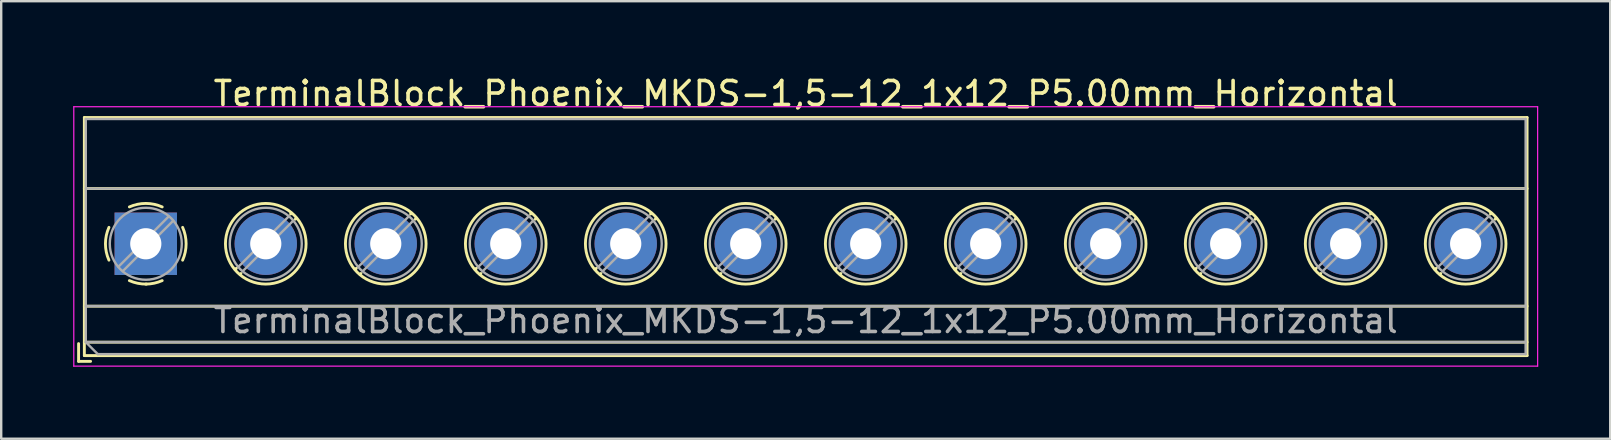
<source format=kicad_pcb>
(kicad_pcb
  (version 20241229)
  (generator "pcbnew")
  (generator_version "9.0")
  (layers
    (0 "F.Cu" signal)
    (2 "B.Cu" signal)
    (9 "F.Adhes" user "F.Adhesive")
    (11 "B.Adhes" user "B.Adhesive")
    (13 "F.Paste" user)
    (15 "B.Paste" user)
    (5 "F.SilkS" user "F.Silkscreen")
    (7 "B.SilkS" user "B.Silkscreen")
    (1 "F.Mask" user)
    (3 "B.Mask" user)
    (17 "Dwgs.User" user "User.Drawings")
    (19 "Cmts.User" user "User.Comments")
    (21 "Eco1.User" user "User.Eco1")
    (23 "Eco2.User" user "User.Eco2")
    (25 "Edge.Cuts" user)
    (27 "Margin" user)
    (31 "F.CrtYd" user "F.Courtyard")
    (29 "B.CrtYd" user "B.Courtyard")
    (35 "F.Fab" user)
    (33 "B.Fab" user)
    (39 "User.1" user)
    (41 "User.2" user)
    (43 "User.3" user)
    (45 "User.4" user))
  (footprint "TerminalBlock_Phoenix_MKDS-1,5-12_1x12_P5.00mm_Horizontal"
    (layer "F.Cu")
    (at 3.025 7.108)
    (property "Reference" "TerminalBlock_Phoenix_MKDS-1,5-12_1x12_P5.00mm_Horizontal" (at 27.5 -6.26 0) (layer "F.SilkS") (effects (font (size 1 1) (thickness 0.15))))
    (attr through_hole)
    (fp_line (start -2.8 4.16) (end -2.8 4.9) (stroke (width 0.12) (type solid)) (layer "F.SilkS"))
    (fp_line (start -2.8 4.9) (end -2.3 4.9) (stroke (width 0.12) (type solid)) (layer "F.SilkS"))
    (fp_line (start -2.56 -5.261) (end -2.56 4.66) (stroke (width 0.12) (type solid)) (layer "F.SilkS"))
    (fp_line (start -2.56 -5.261) (end 57.56 -5.261) (stroke (width 0.12) (type solid)) (layer "F.SilkS"))
    (fp_line (start -2.56 -2.301) (end 57.56 -2.301) (stroke (width 0.12) (type solid)) (layer "F.SilkS"))
    (fp_line (start -2.56 2.6) (end 57.56 2.6) (stroke (width 0.12) (type solid)) (layer "F.SilkS"))
    (fp_line (start -2.56 4.1) (end 57.56 4.1) (stroke (width 0.12) (type solid)) (layer "F.SilkS"))
    (fp_line (start -2.56 4.66) (end 57.56 4.66) (stroke (width 0.12) (type solid)) (layer "F.SilkS"))
    (fp_line (start 3.773 1.023) (end 3.726 1.069) (stroke (width 0.12) (type solid)) (layer "F.SilkS"))
    (fp_line (start 3.966 1.239) (end 3.931 1.274) (stroke (width 0.12) (type solid)) (layer "F.SilkS"))
    (fp_line (start 6.07 -1.275) (end 6.035 -1.239) (stroke (width 0.12) (type solid)) (layer "F.SilkS"))
    (fp_line (start 6.275 -1.069) (end 6.228 -1.023) (stroke (width 0.12) (type solid)) (layer "F.SilkS"))
    (fp_line (start 8.773 1.023) (end 8.726 1.069) (stroke (width 0.12) (type solid)) (layer "F.SilkS"))
    (fp_line (start 8.966 1.239) (end 8.931 1.274) (stroke (width 0.12) (type solid)) (layer "F.SilkS"))
    (fp_line (start 11.07 -1.275) (end 11.035 -1.239) (stroke (width 0.12) (type solid)) (layer "F.SilkS"))
    (fp_line (start 11.275 -1.069) (end 11.228 -1.023) (stroke (width 0.12) (type solid)) (layer "F.SilkS"))
    (fp_line (start 13.773 1.023) (end 13.726 1.069) (stroke (width 0.12) (type solid)) (layer "F.SilkS"))
    (fp_line (start 13.966 1.239) (end 13.931 1.274) (stroke (width 0.12) (type solid)) (layer "F.SilkS"))
    (fp_line (start 16.07 -1.275) (end 16.035 -1.239) (stroke (width 0.12) (type solid)) (layer "F.SilkS"))
    (fp_line (start 16.275 -1.069) (end 16.228 -1.023) (stroke (width 0.12) (type solid)) (layer "F.SilkS"))
    (fp_line (start 18.773 1.023) (end 18.726 1.069) (stroke (width 0.12) (type solid)) (layer "F.SilkS"))
    (fp_line (start 18.966 1.239) (end 18.931 1.274) (stroke (width 0.12) (type solid)) (layer "F.SilkS"))
    (fp_line (start 21.07 -1.275) (end 21.035 -1.239) (stroke (width 0.12) (type solid)) (layer "F.SilkS"))
    (fp_line (start 21.275 -1.069) (end 21.228 -1.023) (stroke (width 0.12) (type solid)) (layer "F.SilkS"))
    (fp_line (start 23.773 1.023) (end 23.726 1.069) (stroke (width 0.12) (type solid)) (layer "F.SilkS"))
    (fp_line (start 23.966 1.239) (end 23.931 1.274) (stroke (width 0.12) (type solid)) (layer "F.SilkS"))
    (fp_line (start 26.07 -1.275) (end 26.035 -1.239) (stroke (width 0.12) (type solid)) (layer "F.SilkS"))
    (fp_line (start 26.275 -1.069) (end 26.228 -1.023) (stroke (width 0.12) (type solid)) (layer "F.SilkS"))
    (fp_line (start 28.773 1.023) (end 28.726 1.069) (stroke (width 0.12) (type solid)) (layer "F.SilkS"))
    (fp_line (start 28.966 1.239) (end 28.931 1.274) (stroke (width 0.12) (type solid)) (layer "F.SilkS"))
    (fp_line (start 31.07 -1.275) (end 31.035 -1.239) (stroke (width 0.12) (type solid)) (layer "F.SilkS"))
    (fp_line (start 31.275 -1.069) (end 31.228 -1.023) (stroke (width 0.12) (type solid)) (layer "F.SilkS"))
    (fp_line (start 33.773 1.023) (end 33.726 1.069) (stroke (width 0.12) (type solid)) (layer "F.SilkS"))
    (fp_line (start 33.966 1.239) (end 33.931 1.274) (stroke (width 0.12) (type solid)) (layer "F.SilkS"))
    (fp_line (start 36.07 -1.275) (end 36.035 -1.239) (stroke (width 0.12) (type solid)) (layer "F.SilkS"))
    (fp_line (start 36.275 -1.069) (end 36.228 -1.023) (stroke (width 0.12) (type solid)) (layer "F.SilkS"))
    (fp_line (start 38.773 1.023) (end 38.726 1.069) (stroke (width 0.12) (type solid)) (layer "F.SilkS"))
    (fp_line (start 38.966 1.239) (end 38.931 1.274) (stroke (width 0.12) (type solid)) (layer "F.SilkS"))
    (fp_line (start 41.07 -1.275) (end 41.035 -1.239) (stroke (width 0.12) (type solid)) (layer "F.SilkS"))
    (fp_line (start 41.275 -1.069) (end 41.228 -1.023) (stroke (width 0.12) (type solid)) (layer "F.SilkS"))
    (fp_line (start 43.773 1.023) (end 43.726 1.069) (stroke (width 0.12) (type solid)) (layer "F.SilkS"))
    (fp_line (start 43.966 1.239) (end 43.931 1.274) (stroke (width 0.12) (type solid)) (layer "F.SilkS"))
    (fp_line (start 46.07 -1.275) (end 46.035 -1.239) (stroke (width 0.12) (type solid)) (layer "F.SilkS"))
    (fp_line (start 46.275 -1.069) (end 46.228 -1.023) (stroke (width 0.12) (type solid)) (layer "F.SilkS"))
    (fp_line (start 48.773 1.023) (end 48.726 1.069) (stroke (width 0.12) (type solid)) (layer "F.SilkS"))
    (fp_line (start 48.966 1.239) (end 48.931 1.274) (stroke (width 0.12) (type solid)) (layer "F.SilkS"))
    (fp_line (start 51.07 -1.275) (end 51.035 -1.239) (stroke (width 0.12) (type solid)) (layer "F.SilkS"))
    (fp_line (start 51.275 -1.069) (end 51.228 -1.023) (stroke (width 0.12) (type solid)) (layer "F.SilkS"))
    (fp_line (start 53.773 1.023) (end 53.726 1.069) (stroke (width 0.12) (type solid)) (layer "F.SilkS"))
    (fp_line (start 53.966 1.239) (end 53.931 1.274) (stroke (width 0.12) (type solid)) (layer "F.SilkS"))
    (fp_line (start 56.07 -1.275) (end 56.035 -1.239) (stroke (width 0.12) (type solid)) (layer "F.SilkS"))
    (fp_line (start 56.275 -1.069) (end 56.228 -1.023) (stroke (width 0.12) (type solid)) (layer "F.SilkS"))
    (fp_line (start 57.56 -5.261) (end 57.56 4.66) (stroke (width 0.12) (type solid)) (layer "F.SilkS"))
    (fp_arc (start -1.535427 0.683042) (mid -1.680501 -0.000524) (end -1.535 -0.684) (stroke (width 0.12) (type solid)) (layer "F.SilkS"))
    (fp_arc (start -0.683042 -1.535427) (mid 0.000524 -1.680501) (end 0.684 -1.535) (stroke (width 0.12) (type solid)) (layer "F.SilkS"))
    (fp_arc (start 0.028805 1.680253) (mid -0.335551 1.646659) (end -0.684 1.535) (stroke (width 0.12) (type solid)) (layer "F.SilkS"))
    (fp_arc (start 0.683318 1.534756) (mid 0.349292 1.643288) (end 0 1.68) (stroke (width 0.12) (type solid)) (layer "F.SilkS"))
    (fp_arc (start 1.535427 -0.683042) (mid 1.680501 0.000524) (end 1.535 0.684) (stroke (width 0.12) (type solid)) (layer "F.SilkS"))
    (fp_circle (center 5 0) (end 6.68 0) (stroke (width 0.12) (type solid)) (fill no) (layer "F.SilkS"))
    (fp_circle (center 10 0) (end 11.68 0) (stroke (width 0.12) (type solid)) (fill no) (layer "F.SilkS"))
    (fp_circle (center 15 0) (end 16.68 0) (stroke (width 0.12) (type solid)) (fill no) (layer "F.SilkS"))
    (fp_circle (center 20 0) (end 21.68 0) (stroke (width 0.12) (type solid)) (fill no) (layer "F.SilkS"))
    (fp_circle (center 25 0) (end 26.68 0) (stroke (width 0.12) (type solid)) (fill no) (layer "F.SilkS"))
    (fp_circle (center 30 0) (end 31.68 0) (stroke (width 0.12) (type solid)) (fill no) (layer "F.SilkS"))
    (fp_circle (center 35 0) (end 36.68 0) (stroke (width 0.12) (type solid)) (fill no) (layer "F.SilkS"))
    (fp_circle (center 40 0) (end 41.68 0) (stroke (width 0.12) (type solid)) (fill no) (layer "F.SilkS"))
    (fp_circle (center 45 0) (end 46.68 0) (stroke (width 0.12) (type solid)) (fill no) (layer "F.SilkS"))
    (fp_circle (center 50 0) (end 51.68 0) (stroke (width 0.12) (type solid)) (fill no) (layer "F.SilkS"))
    (fp_circle (center 55 0) (end 56.68 0) (stroke (width 0.12) (type solid)) (fill no) (layer "F.SilkS"))
    (fp_line (start -3 -5.71) (end -3 5.1) (stroke (width 0.05) (type solid)) (layer "F.CrtYd"))
    (fp_line (start -3 5.1) (end 58 5.1) (stroke (width 0.05) (type solid)) (layer "F.CrtYd"))
    (fp_line (start 58 -5.71) (end -3 -5.71) (stroke (width 0.05) (type solid)) (layer "F.CrtYd"))
    (fp_line (start 58 5.1) (end 58 -5.71) (stroke (width 0.05) (type solid)) (layer "F.CrtYd"))
    (fp_line (start -2.5 -5.2) (end 57.5 -5.2) (stroke (width 0.1) (type solid)) (layer "F.Fab"))
    (fp_line (start -2.5 -2.3) (end 57.5 -2.3) (stroke (width 0.1) (type solid)) (layer "F.Fab"))
    (fp_line (start -2.5 2.6) (end 57.5 2.6) (stroke (width 0.1) (type solid)) (layer "F.Fab"))
    (fp_line (start -2.5 4.1) (end -2.5 -5.2) (stroke (width 0.1) (type solid)) (layer "F.Fab"))
    (fp_line (start -2.5 4.1) (end 57.5 4.1) (stroke (width 0.1) (type solid)) (layer "F.Fab"))
    (fp_line (start -2 4.6) (end -2.5 4.1) (stroke (width 0.1) (type solid)) (layer "F.Fab"))
    (fp_line (start 0.955 -1.138) (end -1.138 0.955) (stroke (width 0.1) (type solid)) (layer "F.Fab"))
    (fp_line (start 1.138 -0.955) (end -0.955 1.138) (stroke (width 0.1) (type solid)) (layer "F.Fab"))
    (fp_line (start 5.955 -1.138) (end 3.863 0.955) (stroke (width 0.1) (type solid)) (layer "F.Fab"))
    (fp_line (start 6.138 -0.955) (end 4.046 1.138) (stroke (width 0.1) (type solid)) (layer "F.Fab"))
    (fp_line (start 10.955 -1.138) (end 8.863 0.955) (stroke (width 0.1) (type solid)) (layer "F.Fab"))
    (fp_line (start 11.138 -0.955) (end 9.046 1.138) (stroke (width 0.1) (type solid)) (layer "F.Fab"))
    (fp_line (start 15.955 -1.138) (end 13.863 0.955) (stroke (width 0.1) (type solid)) (layer "F.Fab"))
    (fp_line (start 16.138 -0.955) (end 14.046 1.138) (stroke (width 0.1) (type solid)) (layer "F.Fab"))
    (fp_line (start 20.955 -1.138) (end 18.863 0.955) (stroke (width 0.1) (type solid)) (layer "F.Fab"))
    (fp_line (start 21.138 -0.955) (end 19.046 1.138) (stroke (width 0.1) (type solid)) (layer "F.Fab"))
    (fp_line (start 25.955 -1.138) (end 23.863 0.955) (stroke (width 0.1) (type solid)) (layer "F.Fab"))
    (fp_line (start 26.138 -0.955) (end 24.046 1.138) (stroke (width 0.1) (type solid)) (layer "F.Fab"))
    (fp_line (start 30.955 -1.138) (end 28.863 0.955) (stroke (width 0.1) (type solid)) (layer "F.Fab"))
    (fp_line (start 31.138 -0.955) (end 29.046 1.138) (stroke (width 0.1) (type solid)) (layer "F.Fab"))
    (fp_line (start 35.955 -1.138) (end 33.863 0.955) (stroke (width 0.1) (type solid)) (layer "F.Fab"))
    (fp_line (start 36.138 -0.955) (end 34.046 1.138) (stroke (width 0.1) (type solid)) (layer "F.Fab"))
    (fp_line (start 40.955 -1.138) (end 38.863 0.955) (stroke (width 0.1) (type solid)) (layer "F.Fab"))
    (fp_line (start 41.138 -0.955) (end 39.046 1.138) (stroke (width 0.1) (type solid)) (layer "F.Fab"))
    (fp_line (start 45.955 -1.138) (end 43.863 0.955) (stroke (width 0.1) (type solid)) (layer "F.Fab"))
    (fp_line (start 46.138 -0.955) (end 44.046 1.138) (stroke (width 0.1) (type solid)) (layer "F.Fab"))
    (fp_line (start 50.955 -1.138) (end 48.863 0.955) (stroke (width 0.1) (type solid)) (layer "F.Fab"))
    (fp_line (start 51.138 -0.955) (end 49.046 1.138) (stroke (width 0.1) (type solid)) (layer "F.Fab"))
    (fp_line (start 55.955 -1.138) (end 53.863 0.955) (stroke (width 0.1) (type solid)) (layer "F.Fab"))
    (fp_line (start 56.138 -0.955) (end 54.046 1.138) (stroke (width 0.1) (type solid)) (layer "F.Fab"))
    (fp_line (start 57.5 -5.2) (end 57.5 4.6) (stroke (width 0.1) (type solid)) (layer "F.Fab"))
    (fp_line (start 57.5 4.6) (end -2 4.6) (stroke (width 0.1) (type solid)) (layer "F.Fab"))
    (fp_circle (center 0 0) (end 1.5 0) (stroke (width 0.1) (type solid)) (fill no) (layer "F.Fab"))
    (fp_circle (center 5 0) (end 6.5 0) (stroke (width 0.1) (type solid)) (fill no) (layer "F.Fab"))
    (fp_circle (center 10 0) (end 11.5 0) (stroke (width 0.1) (type solid)) (fill no) (layer "F.Fab"))
    (fp_circle (center 15 0) (end 16.5 0) (stroke (width 0.1) (type solid)) (fill no) (layer "F.Fab"))
    (fp_circle (center 20 0) (end 21.5 0) (stroke (width 0.1) (type solid)) (fill no) (layer "F.Fab"))
    (fp_circle (center 25 0) (end 26.5 0) (stroke (width 0.1) (type solid)) (fill no) (layer "F.Fab"))
    (fp_circle (center 30 0) (end 31.5 0) (stroke (width 0.1) (type solid)) (fill no) (layer "F.Fab"))
    (fp_circle (center 35 0) (end 36.5 0) (stroke (width 0.1) (type solid)) (fill no) (layer "F.Fab"))
    (fp_circle (center 40 0) (end 41.5 0) (stroke (width 0.1) (type solid)) (fill no) (layer "F.Fab"))
    (fp_circle (center 45 0) (end 46.5 0) (stroke (width 0.1) (type solid)) (fill no) (layer "F.Fab"))
    (fp_circle (center 50 0) (end 51.5 0) (stroke (width 0.1) (type solid)) (fill no) (layer "F.Fab"))
    (fp_circle (center 55 0) (end 56.5 0) (stroke (width 0.1) (type solid)) (fill no) (layer "F.Fab"))
    (fp_text user "${REFERENCE}" (at 27.5 3.2 0) (layer "F.Fab") (effects (font (size 1 1) (thickness 0.15))))
    (pad "1" thru_hole rect (at 0 0) (size 2.6 2.6) (drill 1.3) (layers "*.Cu" "*.Mask"))
    (pad "2" thru_hole circle (at 5 0) (size 2.6 2.6) (drill 1.3) (layers "*.Cu" "*.Mask"))
    (pad "3" thru_hole circle (at 10 0) (size 2.6 2.6) (drill 1.3) (layers "*.Cu" "*.Mask"))
    (pad "4" thru_hole circle (at 15 0) (size 2.6 2.6) (drill 1.3) (layers "*.Cu" "*.Mask"))
    (pad "5" thru_hole circle (at 20 0) (size 2.6 2.6) (drill 1.3) (layers "*.Cu" "*.Mask"))
    (pad "6" thru_hole circle (at 25 0) (size 2.6 2.6) (drill 1.3) (layers "*.Cu" "*.Mask"))
    (pad "7" thru_hole circle (at 30 0) (size 2.6 2.6) (drill 1.3) (layers "*.Cu" "*.Mask"))
    (pad "8" thru_hole circle (at 35 0) (size 2.6 2.6) (drill 1.3) (layers "*.Cu" "*.Mask"))
    (pad "9" thru_hole circle (at 40 0) (size 2.6 2.6) (drill 1.3) (layers "*.Cu" "*.Mask"))
    (pad "10" thru_hole circle (at 45 0) (size 2.6 2.6) (drill 1.3) (layers "*.Cu" "*.Mask"))
    (pad "11" thru_hole circle (at 50 0) (size 2.6 2.6) (drill 1.3) (layers "*.Cu" "*.Mask"))
    (pad "12" thru_hole circle (at 55 0) (size 2.6 2.6) (drill 1.3) (layers "*.Cu" "*.Mask")))
  (gr_rect
    (start -3 -3)
    (end 64.05 15.233)
    (stroke (width 0.1) (type default))
    (fill no)
    (layer "Edge.Cuts")))
</source>
